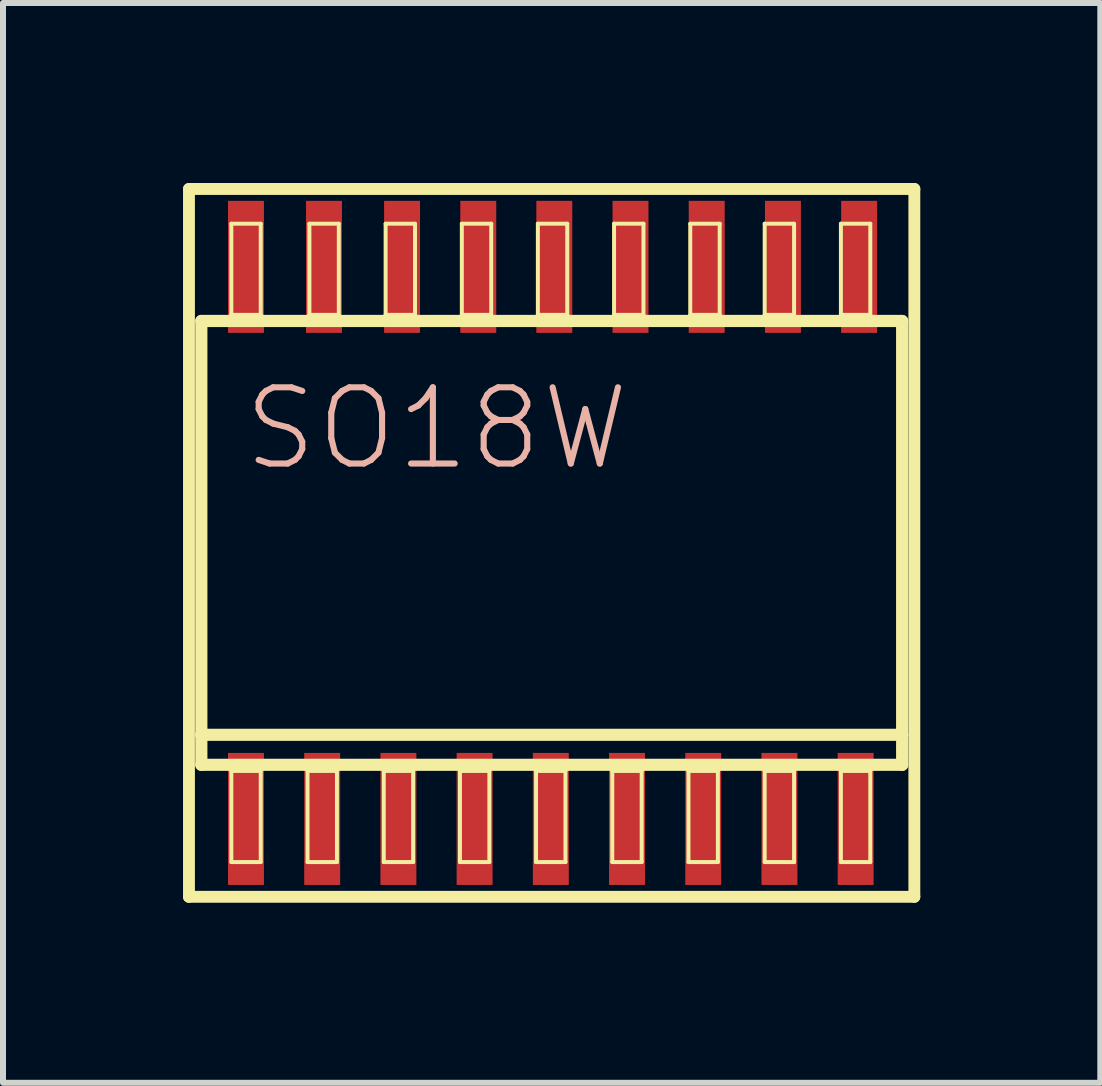
<source format=kicad_pcb>
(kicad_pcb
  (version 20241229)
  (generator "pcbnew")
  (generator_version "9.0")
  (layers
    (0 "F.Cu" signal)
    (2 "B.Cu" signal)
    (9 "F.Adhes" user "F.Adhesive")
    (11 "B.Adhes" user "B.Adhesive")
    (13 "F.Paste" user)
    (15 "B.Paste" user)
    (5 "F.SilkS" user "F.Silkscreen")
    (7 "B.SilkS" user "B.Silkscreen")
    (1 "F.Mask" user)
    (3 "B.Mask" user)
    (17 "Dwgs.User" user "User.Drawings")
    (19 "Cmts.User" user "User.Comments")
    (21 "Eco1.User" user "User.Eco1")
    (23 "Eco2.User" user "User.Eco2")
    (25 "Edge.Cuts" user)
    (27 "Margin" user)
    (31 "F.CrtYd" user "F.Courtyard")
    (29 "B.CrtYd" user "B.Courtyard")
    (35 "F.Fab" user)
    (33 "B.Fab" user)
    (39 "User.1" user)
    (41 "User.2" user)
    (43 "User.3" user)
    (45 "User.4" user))
  (footprint "SO18W"
    (layer "F.Cu")
    (at 5.494 5.997)
    (property "Reference" "SO18W" (at -1.27 -1.905 0) (layer "B.SilkS") (effects (font (size 1.27 1.27) (thickness 0.102))))
    (attr smd)
    (fp_line (start -5.395 -5.898) (end 6.693 -5.898) (stroke (width 0.198) (type solid)) (layer "F.SilkS"))
    (fp_line (start -5.395 5.898) (end -5.395 -5.898) (stroke (width 0.198) (type solid)) (layer "F.SilkS"))
    (fp_line (start -5.189 -3.698) (end 6.49 -3.698) (stroke (width 0.203) (type solid)) (layer "F.SilkS"))
    (fp_line (start -5.189 3.198) (end -5.189 -3.698) (stroke (width 0.203) (type solid)) (layer "F.SilkS"))
    (fp_line (start -5.189 3.698) (end -5.189 3.198) (stroke (width 0.203) (type solid)) (layer "F.SilkS"))
    (fp_line (start -4.689 -5.319) (end -4.199 -5.319) (stroke (width 0.066) (type solid)) (layer "F.SilkS"))
    (fp_line (start -4.689 -3.8) (end -4.689 -5.319) (stroke (width 0.066) (type solid)) (layer "F.SilkS"))
    (fp_line (start -4.689 -3.8) (end -4.199 -3.8) (stroke (width 0.066) (type solid)) (layer "F.SilkS"))
    (fp_line (start -4.689 3.8) (end -4.199 3.8) (stroke (width 0.066) (type solid)) (layer "F.SilkS"))
    (fp_line (start -4.689 5.319) (end -4.689 3.8) (stroke (width 0.066) (type solid)) (layer "F.SilkS"))
    (fp_line (start -4.689 5.319) (end -4.199 5.319) (stroke (width 0.066) (type solid)) (layer "F.SilkS"))
    (fp_line (start -4.199 -3.8) (end -4.199 -5.319) (stroke (width 0.066) (type solid)) (layer "F.SilkS"))
    (fp_line (start -4.199 5.319) (end -4.199 3.8) (stroke (width 0.066) (type solid)) (layer "F.SilkS"))
    (fp_line (start -3.419 3.8) (end -2.929 3.8) (stroke (width 0.066) (type solid)) (layer "F.SilkS"))
    (fp_line (start -3.419 5.319) (end -3.419 3.8) (stroke (width 0.066) (type solid)) (layer "F.SilkS"))
    (fp_line (start -3.419 5.319) (end -2.929 5.319) (stroke (width 0.066) (type solid)) (layer "F.SilkS"))
    (fp_line (start -3.388 -5.319) (end -2.898 -5.319) (stroke (width 0.066) (type solid)) (layer "F.SilkS"))
    (fp_line (start -3.388 -3.8) (end -3.388 -5.319) (stroke (width 0.066) (type solid)) (layer "F.SilkS"))
    (fp_line (start -3.388 -3.8) (end -2.898 -3.8) (stroke (width 0.066) (type solid)) (layer "F.SilkS"))
    (fp_line (start -2.929 5.319) (end -2.929 3.8) (stroke (width 0.066) (type solid)) (layer "F.SilkS"))
    (fp_line (start -2.898 -3.8) (end -2.898 -5.319) (stroke (width 0.066) (type solid)) (layer "F.SilkS"))
    (fp_line (start -2.149 3.8) (end -1.659 3.8) (stroke (width 0.066) (type solid)) (layer "F.SilkS"))
    (fp_line (start -2.149 5.319) (end -2.149 3.8) (stroke (width 0.066) (type solid)) (layer "F.SilkS"))
    (fp_line (start -2.149 5.319) (end -1.659 5.319) (stroke (width 0.066) (type solid)) (layer "F.SilkS"))
    (fp_line (start -2.118 -5.319) (end -1.628 -5.319) (stroke (width 0.066) (type solid)) (layer "F.SilkS"))
    (fp_line (start -2.118 -3.8) (end -2.118 -5.319) (stroke (width 0.066) (type solid)) (layer "F.SilkS"))
    (fp_line (start -2.118 -3.8) (end -1.628 -3.8) (stroke (width 0.066) (type solid)) (layer "F.SilkS"))
    (fp_line (start -1.659 5.319) (end -1.659 3.8) (stroke (width 0.066) (type solid)) (layer "F.SilkS"))
    (fp_line (start -1.628 -3.8) (end -1.628 -5.319) (stroke (width 0.066) (type solid)) (layer "F.SilkS"))
    (fp_line (start -0.879 3.8) (end -0.389 3.8) (stroke (width 0.066) (type solid)) (layer "F.SilkS"))
    (fp_line (start -0.879 5.319) (end -0.879 3.8) (stroke (width 0.066) (type solid)) (layer "F.SilkS"))
    (fp_line (start -0.879 5.319) (end -0.389 5.319) (stroke (width 0.066) (type solid)) (layer "F.SilkS"))
    (fp_line (start -0.848 -5.319) (end -0.358 -5.319) (stroke (width 0.066) (type solid)) (layer "F.SilkS"))
    (fp_line (start -0.848 -3.8) (end -0.848 -5.319) (stroke (width 0.066) (type solid)) (layer "F.SilkS"))
    (fp_line (start -0.848 -3.8) (end -0.358 -3.8) (stroke (width 0.066) (type solid)) (layer "F.SilkS"))
    (fp_line (start -0.389 5.319) (end -0.389 3.8) (stroke (width 0.066) (type solid)) (layer "F.SilkS"))
    (fp_line (start -0.358 -3.8) (end -0.358 -5.319) (stroke (width 0.066) (type solid)) (layer "F.SilkS"))
    (fp_line (start 0.389 3.8) (end 0.879 3.8) (stroke (width 0.066) (type solid)) (layer "F.SilkS"))
    (fp_line (start 0.389 5.319) (end 0.389 3.8) (stroke (width 0.066) (type solid)) (layer "F.SilkS"))
    (fp_line (start 0.389 5.319) (end 0.879 5.319) (stroke (width 0.066) (type solid)) (layer "F.SilkS"))
    (fp_line (start 0.419 -5.319) (end 0.909 -5.319) (stroke (width 0.066) (type solid)) (layer "F.SilkS"))
    (fp_line (start 0.419 -3.8) (end 0.419 -5.319) (stroke (width 0.066) (type solid)) (layer "F.SilkS"))
    (fp_line (start 0.419 -3.8) (end 0.909 -3.8) (stroke (width 0.066) (type solid)) (layer "F.SilkS"))
    (fp_line (start 0.879 5.319) (end 0.879 3.8) (stroke (width 0.066) (type solid)) (layer "F.SilkS"))
    (fp_line (start 0.909 -3.8) (end 0.909 -5.319) (stroke (width 0.066) (type solid)) (layer "F.SilkS"))
    (fp_line (start 1.659 3.8) (end 2.149 3.8) (stroke (width 0.066) (type solid)) (layer "F.SilkS"))
    (fp_line (start 1.659 5.319) (end 1.659 3.8) (stroke (width 0.066) (type solid)) (layer "F.SilkS"))
    (fp_line (start 1.659 5.319) (end 2.149 5.319) (stroke (width 0.066) (type solid)) (layer "F.SilkS"))
    (fp_line (start 1.689 -5.319) (end 2.179 -5.319) (stroke (width 0.066) (type solid)) (layer "F.SilkS"))
    (fp_line (start 1.689 -3.8) (end 1.689 -5.319) (stroke (width 0.066) (type solid)) (layer "F.SilkS"))
    (fp_line (start 1.689 -3.8) (end 2.179 -3.8) (stroke (width 0.066) (type solid)) (layer "F.SilkS"))
    (fp_line (start 2.149 5.319) (end 2.149 3.8) (stroke (width 0.066) (type solid)) (layer "F.SilkS"))
    (fp_line (start 2.179 -3.8) (end 2.179 -5.319) (stroke (width 0.066) (type solid)) (layer "F.SilkS"))
    (fp_line (start 2.929 3.8) (end 3.419 3.8) (stroke (width 0.066) (type solid)) (layer "F.SilkS"))
    (fp_line (start 2.929 5.319) (end 2.929 3.8) (stroke (width 0.066) (type solid)) (layer "F.SilkS"))
    (fp_line (start 2.929 5.319) (end 3.419 5.319) (stroke (width 0.066) (type solid)) (layer "F.SilkS"))
    (fp_line (start 2.959 -5.319) (end 3.449 -5.319) (stroke (width 0.066) (type solid)) (layer "F.SilkS"))
    (fp_line (start 2.959 -3.8) (end 2.959 -5.319) (stroke (width 0.066) (type solid)) (layer "F.SilkS"))
    (fp_line (start 2.959 -3.8) (end 3.449 -3.8) (stroke (width 0.066) (type solid)) (layer "F.SilkS"))
    (fp_line (start 3.419 5.319) (end 3.419 3.8) (stroke (width 0.066) (type solid)) (layer "F.SilkS"))
    (fp_line (start 3.449 -3.8) (end 3.449 -5.319) (stroke (width 0.066) (type solid)) (layer "F.SilkS"))
    (fp_line (start 4.199 -5.319) (end 4.689 -5.319) (stroke (width 0.066) (type solid)) (layer "F.SilkS"))
    (fp_line (start 4.199 -3.8) (end 4.199 -5.319) (stroke (width 0.066) (type solid)) (layer "F.SilkS"))
    (fp_line (start 4.199 -3.8) (end 4.689 -3.8) (stroke (width 0.066) (type solid)) (layer "F.SilkS"))
    (fp_line (start 4.199 3.8) (end 4.689 3.8) (stroke (width 0.066) (type solid)) (layer "F.SilkS"))
    (fp_line (start 4.199 5.319) (end 4.199 3.8) (stroke (width 0.066) (type solid)) (layer "F.SilkS"))
    (fp_line (start 4.199 5.319) (end 4.689 5.319) (stroke (width 0.066) (type solid)) (layer "F.SilkS"))
    (fp_line (start 4.689 -3.8) (end 4.689 -5.319) (stroke (width 0.066) (type solid)) (layer "F.SilkS"))
    (fp_line (start 4.689 5.319) (end 4.689 3.8) (stroke (width 0.066) (type solid)) (layer "F.SilkS"))
    (fp_line (start 5.469 -5.319) (end 5.959 -5.319) (stroke (width 0.066) (type solid)) (layer "F.SilkS"))
    (fp_line (start 5.469 -3.8) (end 5.469 -5.319) (stroke (width 0.066) (type solid)) (layer "F.SilkS"))
    (fp_line (start 5.469 -3.8) (end 5.959 -3.8) (stroke (width 0.066) (type solid)) (layer "F.SilkS"))
    (fp_line (start 5.469 3.8) (end 5.959 3.8) (stroke (width 0.066) (type solid)) (layer "F.SilkS"))
    (fp_line (start 5.469 5.319) (end 5.469 3.8) (stroke (width 0.066) (type solid)) (layer "F.SilkS"))
    (fp_line (start 5.469 5.319) (end 5.959 5.319) (stroke (width 0.066) (type solid)) (layer "F.SilkS"))
    (fp_line (start 5.959 -3.8) (end 5.959 -5.319) (stroke (width 0.066) (type solid)) (layer "F.SilkS"))
    (fp_line (start 5.959 5.319) (end 5.959 3.8) (stroke (width 0.066) (type solid)) (layer "F.SilkS"))
    (fp_line (start 6.49 -3.698) (end 6.49 3.198) (stroke (width 0.203) (type solid)) (layer "F.SilkS"))
    (fp_line (start 6.49 3.198) (end -5.189 3.198) (stroke (width 0.203) (type solid)) (layer "F.SilkS"))
    (fp_line (start 6.49 3.198) (end 6.49 3.698) (stroke (width 0.203) (type solid)) (layer "F.SilkS"))
    (fp_line (start 6.49 3.698) (end -5.189 3.698) (stroke (width 0.203) (type solid)) (layer "F.SilkS"))
    (fp_line (start 6.693 -5.898) (end 6.693 5.898) (stroke (width 0.198) (type solid)) (layer "F.SilkS"))
    (fp_line (start 6.693 5.898) (end -5.395 5.898) (stroke (width 0.198) (type solid)) (layer "F.SilkS"))
    (pad "1" smd rect (at -4.445 4.6) (size 0.599 2.2) (layers "F.Cu" "F.Mask" "F.Paste"))
    (pad "2" smd rect (at -3.175 4.6) (size 0.599 2.2) (layers "F.Cu" "F.Mask" "F.Paste"))
    (pad "3" smd rect (at -1.905 4.6) (size 0.599 2.2) (layers "F.Cu" "F.Mask" "F.Paste"))
    (pad "4" smd rect (at -0.635 4.6) (size 0.599 2.2) (layers "F.Cu" "F.Mask" "F.Paste"))
    (pad "5" smd rect (at 0.635 4.6) (size 0.599 2.2) (layers "F.Cu" "F.Mask" "F.Paste"))
    (pad "6" smd rect (at 1.905 4.6) (size 0.599 2.2) (layers "F.Cu" "F.Mask" "F.Paste"))
    (pad "7" smd rect (at 3.175 4.6) (size 0.599 2.2) (layers "F.Cu" "F.Mask" "F.Paste"))
    (pad "8" smd rect (at 4.445 4.6) (size 0.599 2.2) (layers "F.Cu" "F.Mask" "F.Paste"))
    (pad "9" smd rect (at 5.715 4.6) (size 0.599 2.2) (layers "F.Cu" "F.Mask" "F.Paste"))
    (pad "10" smd rect (at 5.773 -4.6) (size 0.599 2.2) (layers "F.Cu" "F.Mask" "F.Paste"))
    (pad "11" smd rect (at 4.503 -4.6) (size 0.599 2.2) (layers "F.Cu" "F.Mask" "F.Paste"))
    (pad "12" smd rect (at 3.233 -4.6) (size 0.599 2.2) (layers "F.Cu" "F.Mask" "F.Paste"))
    (pad "13" smd rect (at 1.963 -4.6) (size 0.599 2.2) (layers "F.Cu" "F.Mask" "F.Paste"))
    (pad "14" smd rect (at 0.693 -4.6) (size 0.599 2.2) (layers "F.Cu" "F.Mask" "F.Paste"))
    (pad "15" smd rect (at -0.574 -4.6) (size 0.599 2.2) (layers "F.Cu" "F.Mask" "F.Paste"))
    (pad "16" smd rect (at -1.844 -4.6) (size 0.599 2.2) (layers "F.Cu" "F.Mask" "F.Paste"))
    (pad "17" smd rect (at -3.145 -4.6) (size 0.599 2.2) (layers "F.Cu" "F.Mask" "F.Paste"))
    (pad "18" smd rect (at -4.445 -4.6) (size 0.599 2.2) (layers "F.Cu" "F.Mask" "F.Paste")))
  (gr_rect
    (start -3 -3)
    (end 15.286 14.994)
    (stroke (width 0.1) (type default))
    (fill no)
    (layer "Edge.Cuts")))
</source>
